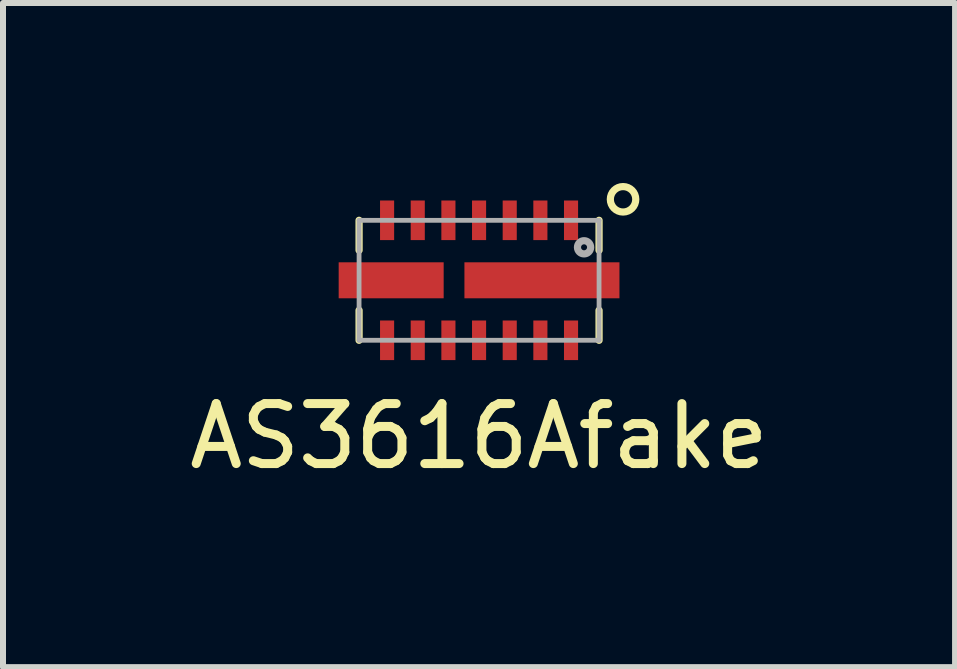
<source format=kicad_pcb>
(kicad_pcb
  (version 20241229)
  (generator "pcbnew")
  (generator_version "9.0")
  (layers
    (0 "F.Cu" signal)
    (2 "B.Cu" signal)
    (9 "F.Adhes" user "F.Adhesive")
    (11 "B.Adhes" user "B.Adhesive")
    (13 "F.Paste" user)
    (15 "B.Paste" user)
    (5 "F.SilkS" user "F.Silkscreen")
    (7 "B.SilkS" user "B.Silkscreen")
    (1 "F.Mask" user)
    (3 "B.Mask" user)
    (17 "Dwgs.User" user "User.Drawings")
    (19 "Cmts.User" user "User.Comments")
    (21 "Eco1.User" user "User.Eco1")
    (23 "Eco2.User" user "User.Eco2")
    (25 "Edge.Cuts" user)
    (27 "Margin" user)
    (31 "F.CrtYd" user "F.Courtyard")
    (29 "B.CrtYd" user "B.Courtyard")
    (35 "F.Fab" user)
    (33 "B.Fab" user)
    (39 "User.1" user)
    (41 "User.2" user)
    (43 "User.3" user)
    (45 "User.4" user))
  (footprint "AS3616Afake"
    (layer "F.Cu")
    (at 4.935 1.622)
    (property "Reference" "AS3616Afake" (at 0 2.6 0) (layer "F.SilkS") (effects (font (size 1 1) (thickness 0.15))))
    (attr through_hole)
    (fp_line (start -2 -1) (end -2 -0.5) (stroke (width 0.12) (type solid)) (layer "F.SilkS"))
    (fp_line (start -2 0.5) (end -2 1) (stroke (width 0.12) (type solid)) (layer "F.SilkS"))
    (fp_line (start 2 -1) (end 2 -0.5) (stroke (width 0.12) (type solid)) (layer "F.SilkS"))
    (fp_line (start 2 0.5) (end 2 1) (stroke (width 0.12) (type solid)) (layer "F.SilkS"))
    (fp_circle (center 2.4 -1.35) (end 2.55 -1.2) (stroke (width 0.12) (type solid)) (fill no) (layer "F.SilkS"))
    (fp_line (start -2 -1) (end -2 1) (stroke (width 0.08) (type solid)) (layer "F.Fab"))
    (fp_line (start -2 -1) (end 2 -1) (stroke (width 0.08) (type solid)) (layer "F.Fab"))
    (fp_line (start -2 1) (end 2 1) (stroke (width 0.08) (type solid)) (layer "F.Fab"))
    (fp_line (start 2 -1) (end 2 1) (stroke (width 0.08) (type solid)) (layer "F.Fab"))
    (fp_circle (center 1.75 -0.55) (end 1.8 -0.55) (stroke (width 0.12) (type solid)) (fill no) (layer "F.Fab"))
    (pad "1" smd rect (at 1.533 -1) (size 0.235 0.66) (layers "F.Cu" "F.Mask" "F.Paste"))
    (pad "2" smd rect (at 1.022 -1) (size 0.235 0.66) (layers "F.Cu" "F.Mask" "F.Paste"))
    (pad "3" smd rect (at 0.511 -1) (size 0.235 0.66) (layers "F.Cu" "F.Mask" "F.Paste"))
    (pad "4" smd rect (at 0 -1) (size 0.235 0.66) (layers "F.Cu" "F.Mask" "F.Paste"))
    (pad "5" smd rect (at -0.511 -1) (size 0.235 0.66) (layers "F.Cu" "F.Mask" "F.Paste"))
    (pad "6" smd rect (at -1.022 -1) (size 0.235 0.66) (layers "F.Cu" "F.Mask" "F.Paste"))
    (pad "7" smd rect (at -1.533 -1) (size 0.235 0.66) (layers "F.Cu" "F.Mask" "F.Paste"))
    (pad "8" smd rect (at -1.533 1) (size 0.235 0.66) (layers "F.Cu" "F.Mask" "F.Paste"))
    (pad "9" smd rect (at -1.022 1) (size 0.235 0.66) (layers "F.Cu" "F.Mask" "F.Paste"))
    (pad "10" smd rect (at -0.511 1) (size 0.235 0.66) (layers "F.Cu" "F.Mask" "F.Paste"))
    (pad "11" smd rect (at 0 1) (size 0.235 0.66) (layers "F.Cu" "F.Mask" "F.Paste"))
    (pad "12" smd rect (at 0.511 1) (size 0.235 0.66) (layers "F.Cu" "F.Mask" "F.Paste"))
    (pad "13" smd rect (at 1.022 1) (size 0.235 0.66) (layers "F.Cu" "F.Mask" "F.Paste"))
    (pad "14" smd rect (at 1.533 1) (size 0.235 0.66) (layers "F.Cu" "F.Mask" "F.Paste"))
    (pad "F1" smd rect (at 1.048 0) (size 2.584 0.6) (layers "F.Cu" "F.Mask" "F.Paste"))
    (pad "F2" smd rect (at -1.465 0) (size 1.75 0.6) (layers "F.Cu" "F.Mask" "F.Paste")))
  (gr_rect
    (start -3 -3)
    (end 12.869 8.07)
    (stroke (width 0.1) (type default))
    (fill no)
    (layer "Edge.Cuts")))
</source>
